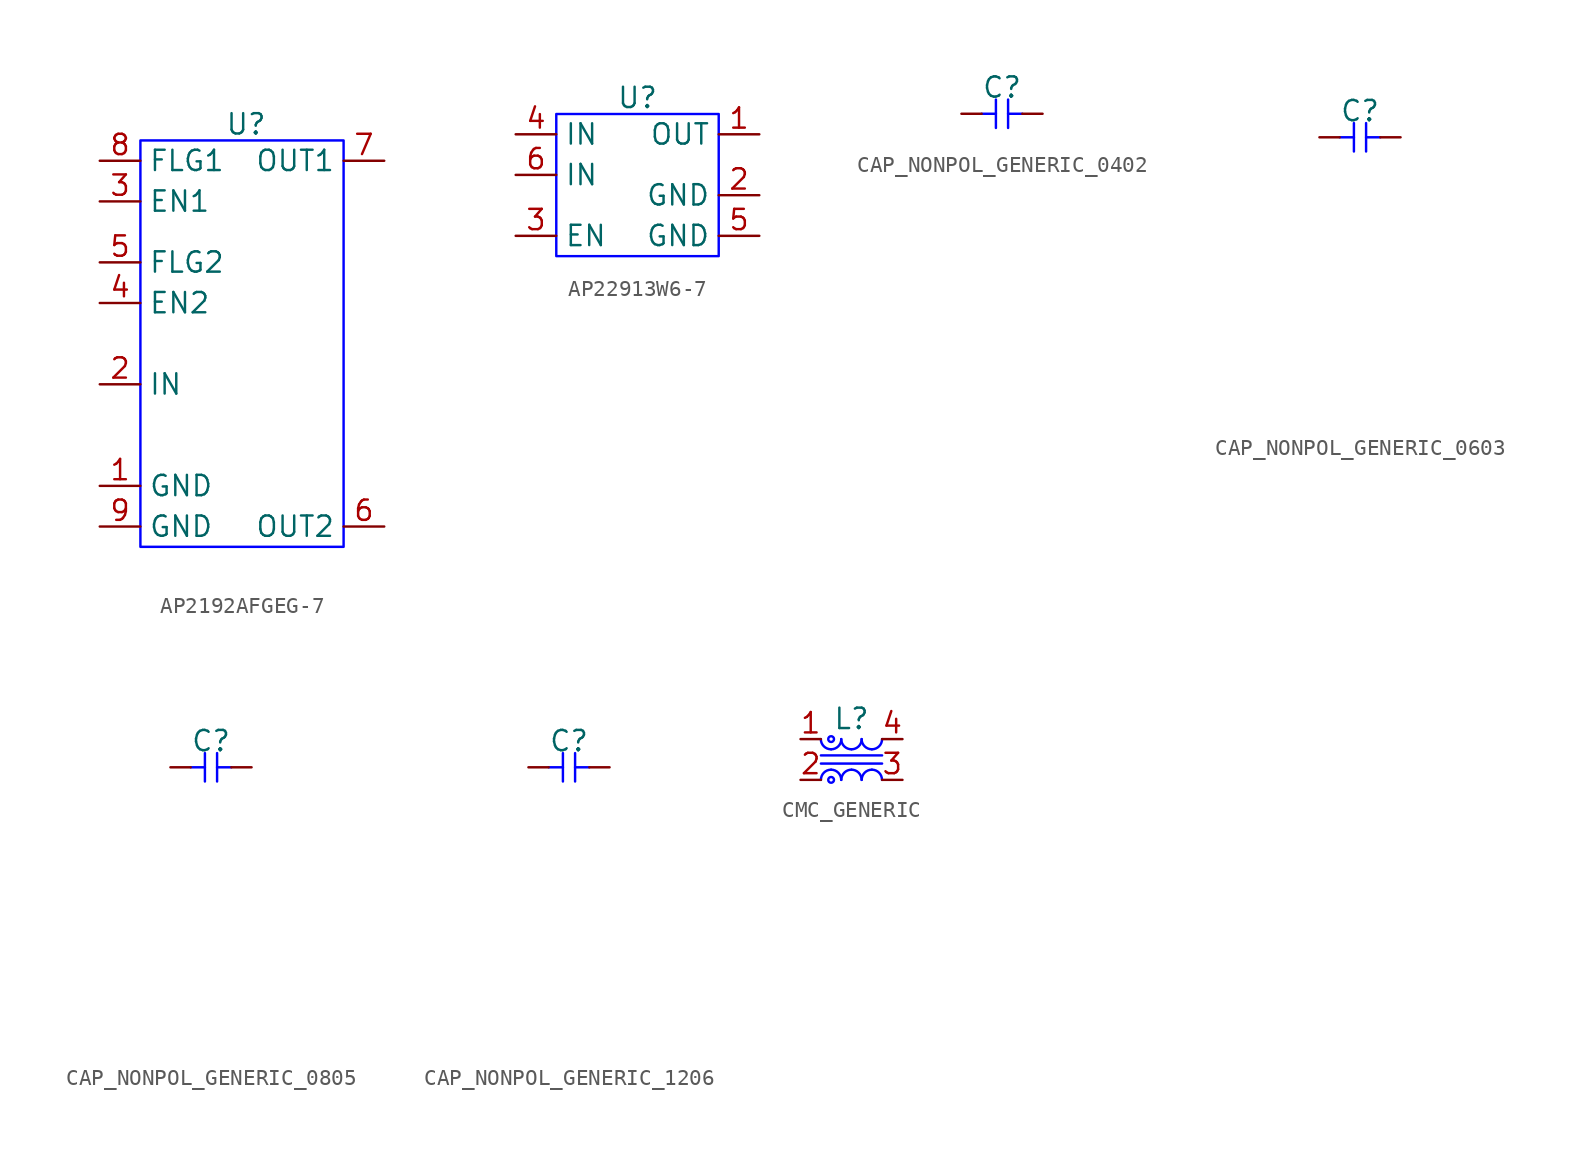
<source format=kicad_sym>
(kicad_symbol_lib
  (version 20241209)
  (generator "kicad_symbol_editor")
  (generator_version "9.0")
  (symbol "AP2192AFGEG-7"
    (property "Reference" "U"
      (at 6.604 1.016 0)
      (effects (font (size 1.27 1.27))))
    (property "Value" ""
      (at 0 0 0)
      (effects (font (size 1.27 1.27))))
    (symbol "AP2192AFGEG-7_1_1"
      (rectangle (start 0 0) (end 12.7 -25.4) (stroke (width 0) (type solid) (color 0 0 255 1)) (fill (type none)))
      (pin output line (at -2.54 -1.27 0) (length 2.54) (name "FLG1" (effects (font (size 1.27 1.27)))) (number "8" (effects (font (size 1.27 1.27)))))
      (pin input line (at -2.54 -3.81 0) (length 2.54) (name "EN1" (effects (font (size 1.27 1.27)))) (number "3" (effects (font (size 1.27 1.27)))))
      (pin output line (at -2.54 -7.62 0) (length 2.54) (name "FLG2" (effects (font (size 1.27 1.27)))) (number "5" (effects (font (size 1.27 1.27)))))
      (pin input line (at -2.54 -10.16 0) (length 2.54) (name "EN2" (effects (font (size 1.27 1.27)))) (number "4" (effects (font (size 1.27 1.27)))))
      (pin power_in line (at -2.54 -15.24 0) (length 2.54) (name "IN" (effects (font (size 1.27 1.27)))) (number "2" (effects (font (size 1.27 1.27)))))
      (pin power_in line (at -2.54 -21.59 0) (length 2.54) (name "GND" (effects (font (size 1.27 1.27)))) (number "1" (effects (font (size 1.27 1.27)))))
      (pin power_in line (at -2.54 -24.13 0) (length 2.54) (name "GND" (effects (font (size 1.27 1.27)))) (number "9" (effects (font (size 1.27 1.27)))))
      (pin power_out line (at 15.24 -1.27 180) (length 2.54) (name "OUT1" (effects (font (size 1.27 1.27)))) (number "7" (effects (font (size 1.27 1.27)))))
      (pin power_out line (at 15.24 -24.13 180) (length 2.54) (name "OUT2" (effects (font (size 1.27 1.27)))) (number "6" (effects (font (size 1.27 1.27)))))))
  (symbol "AP22913W6-7"
    (property "Reference" "U"
      (at 5.08 1.016 0)
      (effects (font (size 1.27 1.27))))
    (property "Value" ""
      (at 0 0 0)
      (effects (font (size 1.27 1.27))))
    (symbol "AP22913W6-7_1_1"
      (rectangle (start 0 0) (end 10.16 -8.89) (stroke (width 0) (type solid) (color 0 0 255 1)) (fill (type none)))
      (pin input line (at -2.54 -1.27 0) (length 2.54) (name "IN" (effects (font (size 1.27 1.27)))) (number "4" (effects (font (size 1.27 1.27)))))
      (pin input line (at -2.54 -3.81 0) (length 2.54) (name "IN" (effects (font (size 1.27 1.27)))) (number "6" (effects (font (size 1.27 1.27)))))
      (pin input line (at -2.54 -7.62 0) (length 2.54) (name "EN" (effects (font (size 1.27 1.27)))) (number "3" (effects (font (size 1.27 1.27)))))
      (pin power_out line (at 12.7 -1.27 180) (length 2.54) (name "OUT" (effects (font (size 1.27 1.27)))) (number "1" (effects (font (size 1.27 1.27)))))
      (pin power_in line (at 12.7 -5.08 180) (length 2.54) (name "GND" (effects (font (size 1.27 1.27)))) (number "2" (effects (font (size 1.27 1.27)))))
      (pin power_in line (at 12.7 -7.62 180) (length 2.54) (name "GND" (effects (font (size 1.27 1.27)))) (number "5" (effects (font (size 1.27 1.27)))))))
  (symbol "CAP_NONPOL_GENERIC_0402"
    (pin_numbers
      (hide yes))
    (pin_names
      (offset 0)
      (hide yes))
    (property "Reference" "C"
      (at 2.54 1.651 0)
      (effects (font (size 1.27 1.27))))
    (property "Value" ""
      (at 1.524 -1.524 0)
      (effects (font (size 1.27 1.27))))
    (symbol "CAP_NONPOL_GENERIC_0402_1_1"
      (polyline (pts (xy 2.159 0.889) (xy 2.159 -0.889)) (stroke (width 0) (type solid) (color 0 0 255 1)) (fill (type none)))
      (polyline (pts (xy 2.159 0) (xy 1.27 0)) (stroke (width 0) (type solid) (color 0 0 255 1)) (fill (type none)))
      (polyline (pts (xy 2.921 0.889) (xy 2.921 -0.889)) (stroke (width 0) (type solid) (color 0 0 255 1)) (fill (type none)))
      (polyline (pts (xy 3.81 0) (xy 2.921 0)) (stroke (width 0) (type solid) (color 0 0 255 1)) (fill (type none)))
      (pin passive line (at 0 0 0) (length 1.27) (name "" (effects (font (size 1.27 1.27)))) (number "1" (effects (font (size 1.27 1.27)))))
      (pin passive line (at 5.08 0 180) (length 1.27) (name "" (effects (font (size 1.27 1.27)))) (number "2" (effects (font (size 1.27 1.27)))))))
  (symbol "CAP_NONPOL_GENERIC_0603"
    (pin_numbers
      (hide yes))
    (pin_names
      (offset 0)
      (hide yes))
    (property "Reference" "C"
      (at 2.54 1.651 0)
      (effects (font (size 1.27 1.27))))
    (property "Value" ""
      (at 1.524 -1.524 0)
      (effects (font (size 1.27 1.27))))
    (property "Package" ""
      (at 0 -16.256 0)
      (effects (font (size 1.27 1.27))))
    (property "Voltage Rating" ""
      (at 0 0 0)
      (effects (font (size 1.27 1.27))))
    (symbol "CAP_NONPOL_GENERIC_0603_1_1"
      (polyline (pts (xy 2.159 0.889) (xy 2.159 -0.889)) (stroke (width 0) (type solid) (color 0 0 255 1)) (fill (type none)))
      (polyline (pts (xy 2.159 0) (xy 1.27 0)) (stroke (width 0) (type solid) (color 0 0 255 1)) (fill (type none)))
      (polyline (pts (xy 2.921 0.889) (xy 2.921 -0.889)) (stroke (width 0) (type solid) (color 0 0 255 1)) (fill (type none)))
      (polyline (pts (xy 3.81 0) (xy 2.921 0)) (stroke (width 0) (type solid) (color 0 0 255 1)) (fill (type none)))
      (pin passive line (at 0 0 0) (length 1.27) (name "" (effects (font (size 1.27 1.27)))) (number "1" (effects (font (size 1.27 1.27)))))
      (pin passive line (at 5.08 0 180) (length 1.27) (name "" (effects (font (size 1.27 1.27)))) (number "2" (effects (font (size 1.27 1.27)))))))
  (symbol "CAP_NONPOL_GENERIC_0805"
    (pin_numbers
      (hide yes))
    (pin_names
      (offset 0)
      (hide yes))
    (property "Reference" "C"
      (at 2.54 1.651 0)
      (effects (font (size 1.27 1.27))))
    (property "Value" ""
      (at 1.524 -1.524 0)
      (effects (font (size 1.27 1.27))))
    (property "Package" ""
      (at 0 -16.256 0)
      (effects (font (size 1.27 1.27))))
    (property "Voltage Rating" ""
      (at 0 0 0)
      (effects (font (size 1.27 1.27))))
    (symbol "CAP_NONPOL_GENERIC_0805_1_1"
      (polyline (pts (xy 2.159 0.889) (xy 2.159 -0.889)) (stroke (width 0) (type solid) (color 0 0 255 1)) (fill (type none)))
      (polyline (pts (xy 2.159 0) (xy 1.27 0)) (stroke (width 0) (type solid) (color 0 0 255 1)) (fill (type none)))
      (polyline (pts (xy 2.921 0.889) (xy 2.921 -0.889)) (stroke (width 0) (type solid) (color 0 0 255 1)) (fill (type none)))
      (polyline (pts (xy 3.81 0) (xy 2.921 0)) (stroke (width 0) (type solid) (color 0 0 255 1)) (fill (type none)))
      (pin passive line (at 0 0 0) (length 1.27) (name "" (effects (font (size 1.27 1.27)))) (number "1" (effects (font (size 1.27 1.27)))))
      (pin passive line (at 5.08 0 180) (length 1.27) (name "" (effects (font (size 1.27 1.27)))) (number "2" (effects (font (size 1.27 1.27)))))))
  (symbol "CAP_NONPOL_GENERIC_1206"
    (pin_numbers
      (hide yes))
    (pin_names
      (offset 0)
      (hide yes))
    (property "Reference" "C"
      (at 2.54 1.651 0)
      (effects (font (size 1.27 1.27))))
    (property "Value" ""
      (at 1.524 -1.524 0)
      (effects (font (size 1.27 1.27))))
    (property "Package" ""
      (at 0 -16.256 0)
      (effects (font (size 1.27 1.27))))
    (property "Voltage Rating" ""
      (at 0 0 0)
      (effects (font (size 1.27 1.27))))
    (symbol "CAP_NONPOL_GENERIC_1206_1_1"
      (polyline (pts (xy 2.159 0.889) (xy 2.159 -0.889)) (stroke (width 0) (type solid) (color 0 0 255 1)) (fill (type none)))
      (polyline (pts (xy 2.159 0) (xy 1.27 0)) (stroke (width 0) (type solid) (color 0 0 255 1)) (fill (type none)))
      (polyline (pts (xy 2.921 0.889) (xy 2.921 -0.889)) (stroke (width 0) (type solid) (color 0 0 255 1)) (fill (type none)))
      (polyline (pts (xy 3.81 0) (xy 2.921 0)) (stroke (width 0) (type solid) (color 0 0 255 1)) (fill (type none)))
      (pin passive line (at 0 0 0) (length 1.27) (name "" (effects (font (size 1.27 1.27)))) (number "1" (effects (font (size 1.27 1.27)))))
      (pin passive line (at 5.08 0 180) (length 1.27) (name "" (effects (font (size 1.27 1.27)))) (number "2" (effects (font (size 1.27 1.27)))))))
  (symbol "CMC_GENERIC"
    (pin_names
      (offset 0)
      (hide yes))
    (property "Reference" "L"
      (at 1.905 1.27 0)
      (effects (font (size 1.27 1.27))))
    (property "Value" ""
      (at 1.524 -1.524 0)
      (effects (font (size 1.27 1.27))))
    (property "Current Rating" ""
      (at 0 0 0)
      (effects (font (size 1.27 1.27))))
    (symbol "CMC_GENERIC_0_1"
      (polyline (pts (xy 0 -1.016) (xy 3.81 -1.016)) (stroke (width 0) (type default) (color 0 0 255 1)) (fill (type none)))
      (polyline (pts (xy 0 -1.524) (xy 3.81 -1.524)) (stroke (width 0) (type default) (color 0 0 255 1)) (fill (type none)))
      (circle (center 0.635 0) (radius 0.18) (stroke (width 0) (type default) (color 0 0 255 1)) (fill (type none)))
      (arc (start 0.635 -0.635) (mid 0.186 -0.449) (end 0 0) (stroke (width 0) (type default) (color 0 0 255 1)) (fill (type none)))
      (arc (start 1.27 0) (mid 1.084 -0.449) (end 0.635 -0.635) (stroke (width 0) (type default) (color 0 0 255 1)) (fill (type none)))
      (arc (start 0 -2.54) (mid 0.186 -2.091) (end 0.635 -1.905) (stroke (width 0) (type default) (color 0 0 255 1)) (fill (type none)))
      (arc (start 0.635 -1.905) (mid 1.084 -2.091) (end 1.27 -2.54) (stroke (width 0) (type default) (color 0 0 255 1)) (fill (type none)))
      (circle (center 0.635 -2.54) (radius 0.18) (stroke (width 0) (type default) (color 0 0 255 1)) (fill (type none)))
      (arc (start 1.905 -0.635) (mid 1.456 -0.449) (end 1.27 0) (stroke (width 0) (type default) (color 0 0 255 1)) (fill (type none)))
      (arc (start 2.54 0) (mid 2.354 -0.449) (end 1.905 -0.635) (stroke (width 0) (type default) (color 0 0 255 1)) (fill (type none)))
      (arc (start 1.27 -2.54) (mid 1.456 -2.091) (end 1.905 -1.905) (stroke (width 0) (type default) (color 0 0 255 1)) (fill (type none)))
      (arc (start 1.905 -1.905) (mid 2.354 -2.091) (end 2.54 -2.54) (stroke (width 0) (type default) (color 0 0 255 1)) (fill (type none)))
      (arc (start 3.175 -0.635) (mid 2.726 -0.449) (end 2.54 0) (stroke (width 0) (type default) (color 0 0 255 1)) (fill (type none)))
      (arc (start 3.81 0) (mid 3.624 -0.449) (end 3.175 -0.635) (stroke (width 0) (type default) (color 0 0 255 1)) (fill (type none)))
      (arc (start 2.54 -2.54) (mid 2.726 -2.091) (end 3.175 -1.905) (stroke (width 0) (type default) (color 0 0 255 1)) (fill (type none)))
      (arc (start 3.175 -1.905) (mid 3.624 -2.091) (end 3.81 -2.54) (stroke (width 0) (type default) (color 0 0 255 1)) (fill (type none))))
    (symbol "CMC_GENERIC_1_1"
      (pin passive line (at -1.27 0 0) (length 1.27) (name "" (effects (font (size 1.27 1.27)))) (number "1" (effects (font (size 1.27 1.27)))))
      (pin passive line (at -1.27 -2.54 0) (length 1.27) (name "" (effects (font (size 1.27 1.27)))) (number "2" (effects (font (size 1.27 1.27)))))
      (pin passive line (at 5.08 0 180) (length 1.27) (name "" (effects (font (size 1.27 1.27)))) (number "4" (effects (font (size 1.27 1.27)))))
      (pin passive line (at 5.08 -2.54 180) (length 1.27) (name "" (effects (font (size 1.27 1.27)))) (number "3" (effects (font (size 1.27 1.27))))))))
</source>
